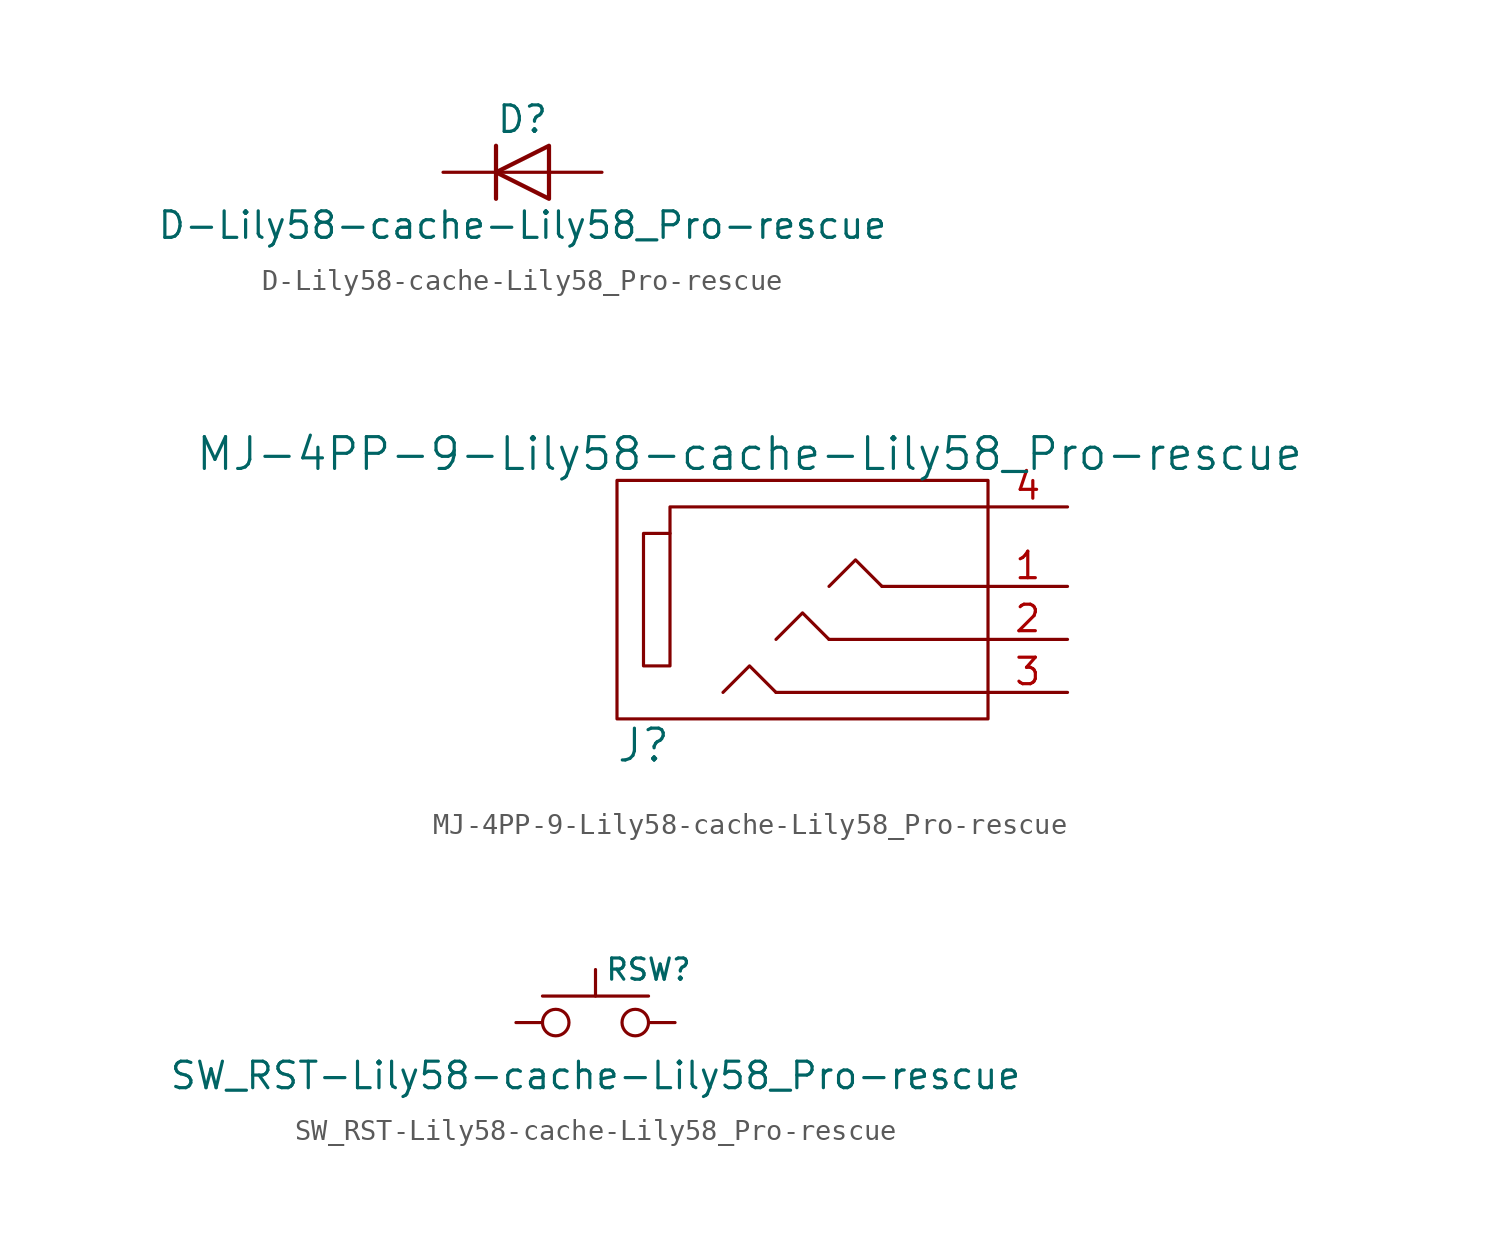
<source format=kicad_sym>
(kicad_symbol_lib
  (version 20220914)
  (generator kicad_symbol_editor)
  (symbol "D-Lily58-cache-Lily58_Pro-rescue"
    (pin_numbers hide)
    (pin_names
      (offset 1.016) hide)
    (property "Reference" "D"
      (at 0 2.54 0)
      (effects (font (size 1.27 1.27))))
    (property "Value" "D-Lily58-cache-Lily58_Pro-rescue"
      (at 0 -2.54 0)
      (effects (font (size 1.27 1.27))))
    (symbol "D-Lily58-cache-Lily58_Pro-rescue_0_1"
      (polyline (pts (xy -1.27 1.27) (xy -1.27 -1.27)) (stroke (width 0.203) (type default)) (fill (type none)))
      (polyline (pts (xy 1.27 0) (xy -1.27 0)) (stroke (width 0) (type default)) (fill (type none)))
      (polyline (pts (xy 1.27 1.27) (xy 1.27 -1.27) (xy -1.27 0) (xy 1.27 1.27)) (stroke (width 0.203) (type default)) (fill (type none))))
    (symbol "D-Lily58-cache-Lily58_Pro-rescue_1_1"
      (pin passive line (at -3.81 0 0) (length 2.54) (name "K" (effects (font (size 1.27 1.27)))) (number "1" (effects (font (size 1.27 1.27)))))
      (pin passive line (at 3.81 0 180) (length 2.54) (name "A" (effects (font (size 1.27 1.27)))) (number "2" (effects (font (size 1.27 1.27)))))))
  (symbol "MJ-4PP-9-Lily58-cache-Lily58_Pro-rescue"
    (pin_names
      (offset 1.016))
    (property "Reference" "J"
      (at -8.89 -7.62 0)
      (effects (font (size 1.524 1.524))))
    (property "Value" "MJ-4PP-9-Lily58-cache-Lily58_Pro-rescue"
      (at -3.81 6.35 0)
      (effects (font (size 1.524 1.524))))
    (property "Footprint" ""
      (at 0 0 0)
      (effects (font (size 1.524 1.524))))
    (property "Datasheet" ""
      (at 0 0 0)
      (effects (font (size 1.524 1.524))))
    (symbol "MJ-4PP-9-Lily58-cache-Lily58_Pro-rescue_0_1"
      (rectangle (start -7.62 2.54) (end -8.89 -3.81) (stroke (width 0) (type default)) (fill (type none)))
      (polyline (pts (xy 2.54 0) (xy 7.62 0)) (stroke (width 0) (type default)) (fill (type none)))
      (polyline (pts (xy -2.54 -5.08) (xy 7.62 -5.08) (xy 7.62 -5.08)) (stroke (width 0) (type default)) (fill (type none)))
      (polyline (pts (xy 0 -2.54) (xy -1.27 -1.27) (xy -2.54 -2.54)) (stroke (width 0) (type default)) (fill (type none)))
      (polyline (pts (xy 0 0) (xy 1.27 1.27) (xy 2.54 0)) (stroke (width 0) (type default)) (fill (type none)))
      (polyline (pts (xy 7.62 3.81) (xy -7.62 3.81) (xy -7.62 2.54)) (stroke (width 0) (type default)) (fill (type none)))
      (polyline (pts (xy -2.54 -5.08) (xy -3.81 -3.81) (xy -5.08 -5.08) (xy -5.08 -5.08)) (stroke (width 0) (type default)) (fill (type none)))
      (polyline (pts (xy 0 -2.54) (xy 7.62 -2.54) (xy 7.62 -2.54) (xy 7.62 -2.54)) (stroke (width 0) (type default)) (fill (type none)))
      (rectangle (start 7.62 -6.35) (end -10.16 5.08) (stroke (width 0) (type default)) (fill (type none))))
    (symbol "MJ-4PP-9-Lily58-cache-Lily58_Pro-rescue_1_1"
      (pin passive line (at 11.43 0 180) (length 3.81) (name "~" (effects (font (size 1.27 1.27)))) (number "1" (effects (font (size 1.27 1.27)))))
      (pin passive line (at 11.43 -2.54 180) (length 3.81) (name "~" (effects (font (size 1.27 1.27)))) (number "2" (effects (font (size 1.27 1.27)))))
      (pin passive line (at 11.43 -5.08 180) (length 3.81) (name "~" (effects (font (size 1.27 1.27)))) (number "3" (effects (font (size 1.27 1.27)))))
      (pin passive line (at 11.43 3.81 180) (length 3.81) (name "~" (effects (font (size 1.27 1.27)))) (number "4" (effects (font (size 1.27 1.27)))))))
  (symbol "SW_RST-Lily58-cache-Lily58_Pro-rescue"
    (pin_numbers hide)
    (pin_names
      (offset 1.016) hide)
    (property "Reference" "RSW"
      (at 2.54 2.54 0)
      (effects (font (size 1.016 1.016))))
    (property "Value" "SW_RST-Lily58-cache-Lily58_Pro-rescue"
      (at 0 -2.54 0)
      (effects (font (size 1.27 1.27))))
    (symbol "SW_RST-Lily58-cache-Lily58_Pro-rescue_0_1"
      (polyline (pts (xy -2.54 1.27) (xy 2.54 1.27)) (stroke (width 0) (type default)) (fill (type none)))
      (polyline (pts (xy 0 2.54) (xy 0 1.27)) (stroke (width 0) (type default)) (fill (type none)))
      (pin passive inverted (at -3.81 0 0) (length 2.54) (name "1" (effects (font (size 1.27 1.27)))) (number "1" (effects (font (size 1.27 1.27)))))
      (pin passive inverted (at 3.81 0 180) (length 2.54) (name "2" (effects (font (size 1.27 1.27)))) (number "2" (effects (font (size 1.27 1.27))))))))
</source>
